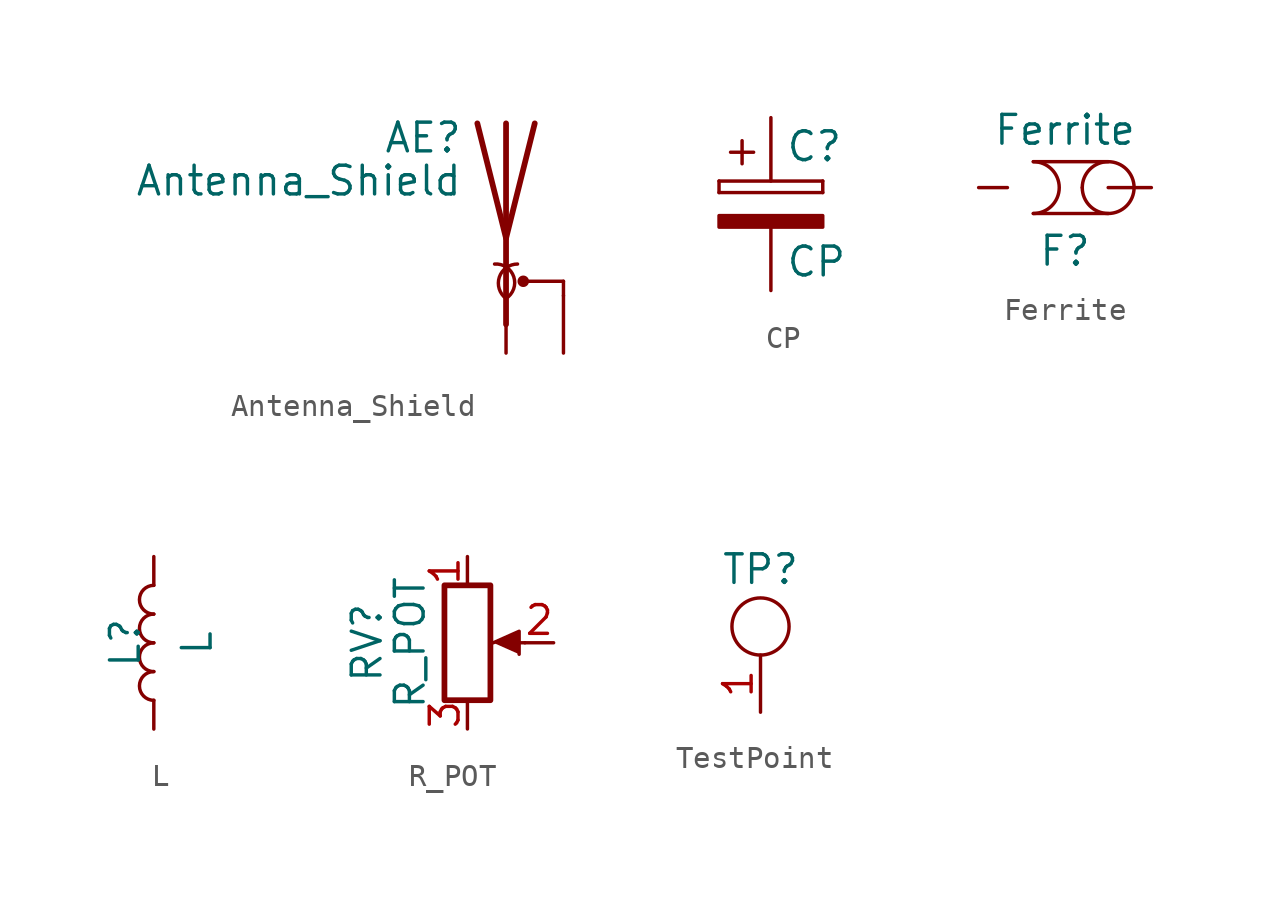
<source format=kicad_sym>
(kicad_symbol_lib
  (version 20211014)
  (generator kicad_symbol_editor)
  (symbol "Antenna_Shield"
    (pin_numbers hide)
    (pin_names
      (offset 1.016) hide)
    (property "Reference" "AE"
      (at -1.905 4.445 0)
      (effects (font (size 1.27 1.27)) (justify right)))
    (property "Value" "Antenna_Shield"
      (at -1.905 2.54 0)
      (effects (font (size 1.27 1.27)) (justify right)))
    (symbol "Antenna_Shield_0_1"
      (arc (start 0 -2.667) (mid 0.7227 -1.5794) (end -0.508 -1.143) (stroke (width 0) (type default)) (fill (type none)))
      (polyline (pts (xy 0 -2.54) (xy 0 0)) (stroke (width 0) (type default)) (fill (type none)))
      (polyline (pts (xy 0 5.08) (xy 0 -3.81)) (stroke (width 0.254) (type default)) (fill (type none)))
      (polyline (pts (xy 0.762 -1.905) (xy 2.54 -1.905)) (stroke (width 0) (type default)) (fill (type none)))
      (polyline (pts (xy 2.54 -2.54) (xy 2.54 -1.905)) (stroke (width 0) (type default)) (fill (type none)))
      (polyline (pts (xy 1.27 5.08) (xy 0 0) (xy -1.27 5.08)) (stroke (width 0.254) (type default)) (fill (type none)))
      (arc (start 0.508 -1.143) (mid -0.8006 -1.5535) (end 0 -2.667) (stroke (width 0) (type default)) (fill (type none)))
      (circle (center 0.762 -1.905) (radius 0.178) (stroke (width 0) (type default)) (fill (type outline))))
    (symbol "Antenna_Shield_1_1"
      (pin input line (at 0 -5.08 90) (length 2.54) (name "A" (effects (font (size 1.27 1.27)))) (number "1" (effects (font (size 1.27 1.27)))))
      (pin input line (at 2.54 -5.08 90) (length 2.54) (name "Shield" (effects (font (size 1.27 1.27)))) (number "2" (effects (font (size 1.27 1.27)))))))
  (symbol "CP"
    (pin_numbers hide)
    (pin_names
      (offset 0.254))
    (property "Reference" "C"
      (at 0.635 2.54 0)
      (effects (font (size 1.27 1.27)) (justify left)))
    (property "Value" "CP"
      (at 0.635 -2.54 0)
      (effects (font (size 1.27 1.27)) (justify left)))
    (symbol "CP_0_1"
      (rectangle (start -2.286 0.508) (end -2.286 1.016) (stroke (width 0) (type default)) (fill (type none)))
      (rectangle (start -2.286 0.508) (end 2.286 0.508) (stroke (width 0) (type default)) (fill (type none)))
      (polyline (pts (xy -1.778 2.286) (xy -0.762 2.286)) (stroke (width 0) (type default)) (fill (type none)))
      (polyline (pts (xy -1.27 2.794) (xy -1.27 1.778)) (stroke (width 0) (type default)) (fill (type none)))
      (rectangle (start 2.286 -0.508) (end -2.286 -1.016) (stroke (width 0) (type default)) (fill (type outline)))
      (rectangle (start 2.286 1.016) (end -2.286 1.016) (stroke (width 0) (type default)) (fill (type none)))
      (rectangle (start 2.286 1.016) (end 2.286 0.508) (stroke (width 0) (type default)) (fill (type none))))
    (symbol "CP_1_1"
      (pin passive line (at 0 3.81 270) (length 2.794) (name "~" (effects (font (size 1.27 1.27)))) (number "1" (effects (font (size 1.27 1.27)))))
      (pin passive line (at 0 -3.81 90) (length 2.794) (name "~" (effects (font (size 1.27 1.27)))) (number "2" (effects (font (size 1.27 1.27)))))))
  (symbol "Ferrite"
    (pin_numbers hide)
    (pin_names
      (offset 1.016) hide)
    (property "Reference" "F"
      (at 0 -2.794 0)
      (effects (font (size 1.27 1.27))))
    (property "Value" "Ferrite"
      (at 0 2.54 0)
      (effects (font (size 1.27 1.27))))
    (symbol "Ferrite_0_1"
      (arc (start -1.397 -1.143) (mid -0.2589 0) (end -1.397 1.143) (stroke (width 0) (type default)) (fill (type none)))
      (polyline (pts (xy -1.397 -1.143) (xy 1.905 -1.143)) (stroke (width 0) (type default)) (fill (type none)))
      (polyline (pts (xy -1.397 1.143) (xy 1.905 1.143)) (stroke (width 0) (type default)) (fill (type none)))
      (arc (start 0.762 0) (mid 1.905 -1.1381) (end 3.048 0) (stroke (width 0) (type default)) (fill (type none)))
      (arc (start 3.048 0) (mid 1.905 1.1381) (end 0.762 0) (stroke (width 0) (type default)) (fill (type none))))
    (symbol "Ferrite_1_1"
      (pin passive line (at -3.81 0 0) (length 1.27) (name "1" (effects (font (size 1.27 1.27)))) (number "1" (effects (font (size 1.27 1.27)))))
      (pin passive line (at 3.81 0 180) (length 1.905) (name "2" (effects (font (size 1.27 1.27)))) (number "2" (effects (font (size 1.27 1.27)))))))
  (symbol "L"
    (pin_numbers hide)
    (pin_names
      (offset 1.016) hide)
    (property "Reference" "L"
      (at -1.27 0 90)
      (effects (font (size 1.27 1.27))))
    (property "Value" "L"
      (at 1.905 0 90)
      (effects (font (size 1.27 1.27))))
    (symbol "L_0_1"
      (arc (start 0 -1.27) (mid -0.6323 -1.905) (end 0 -2.54) (stroke (width 0) (type default)) (fill (type none)))
      (arc (start 0 0) (mid -0.6323 -0.635) (end 0 -1.27) (stroke (width 0) (type default)) (fill (type none)))
      (arc (start 0 1.27) (mid -0.6323 0.635) (end 0 0) (stroke (width 0) (type default)) (fill (type none)))
      (arc (start 0 2.54) (mid -0.6323 1.905) (end 0 1.27) (stroke (width 0) (type default)) (fill (type none))))
    (symbol "L_1_1"
      (pin passive line (at 0 3.81 270) (length 1.27) (name "1" (effects (font (size 1.27 1.27)))) (number "1" (effects (font (size 1.27 1.27)))))
      (pin passive line (at 0 -3.81 90) (length 1.27) (name "2" (effects (font (size 1.27 1.27)))) (number "2" (effects (font (size 1.27 1.27)))))))
  (symbol "R_POT"
    (pin_names
      (offset 1.016) hide)
    (property "Reference" "RV"
      (at -4.445 0 90)
      (effects (font (size 1.27 1.27))))
    (property "Value" "R_POT"
      (at -2.54 0 90)
      (effects (font (size 1.27 1.27))))
    (symbol "R_POT_0_1"
      (polyline (pts (xy 2.54 0) (xy 1.524 0)) (stroke (width 0) (type default)) (fill (type none)))
      (polyline (pts (xy 1.143 0) (xy 2.286 0.508) (xy 2.286 -0.508)) (stroke (width 0) (type default)) (fill (type outline)))
      (rectangle (start 1.016 2.54) (end -1.016 -2.54) (stroke (width 0.254) (type default)) (fill (type none))))
    (symbol "R_POT_1_1"
      (pin passive line (at 0 3.81 270) (length 1.27) (name "1" (effects (font (size 1.27 1.27)))) (number "1" (effects (font (size 1.27 1.27)))))
      (pin passive line (at 3.81 0 180) (length 1.27) (name "2" (effects (font (size 1.27 1.27)))) (number "2" (effects (font (size 1.27 1.27)))))
      (pin passive line (at 0 -3.81 90) (length 1.27) (name "3" (effects (font (size 1.27 1.27)))) (number "3" (effects (font (size 1.27 1.27)))))))
  (symbol "TestPoint"
    (pin_names
      (offset 1.016))
    (property "Reference" "TP"
      (at 0 3.81 0)
      (effects (font (size 1.27 1.27))))
    (symbol "TestPoint_0_1"
      (circle (center 0 1.27) (radius 1.27) (stroke (width 0) (type default)) (fill (type none))))
    (symbol "TestPoint_1_1"
      (pin passive line (at 0 -2.54 90) (length 2.54) (name "~" (effects (font (size 1.27 1.27)))) (number "1" (effects (font (size 1.27 1.27))))))))
</source>
